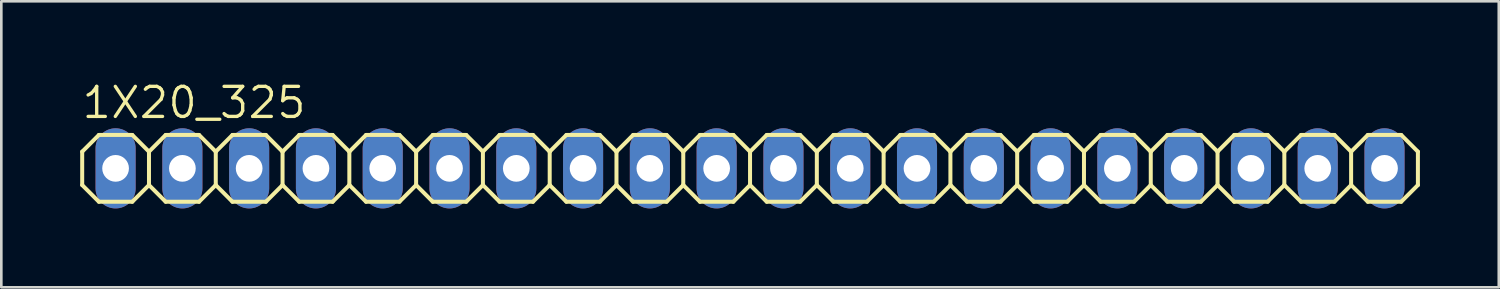
<source format=kicad_pcb>
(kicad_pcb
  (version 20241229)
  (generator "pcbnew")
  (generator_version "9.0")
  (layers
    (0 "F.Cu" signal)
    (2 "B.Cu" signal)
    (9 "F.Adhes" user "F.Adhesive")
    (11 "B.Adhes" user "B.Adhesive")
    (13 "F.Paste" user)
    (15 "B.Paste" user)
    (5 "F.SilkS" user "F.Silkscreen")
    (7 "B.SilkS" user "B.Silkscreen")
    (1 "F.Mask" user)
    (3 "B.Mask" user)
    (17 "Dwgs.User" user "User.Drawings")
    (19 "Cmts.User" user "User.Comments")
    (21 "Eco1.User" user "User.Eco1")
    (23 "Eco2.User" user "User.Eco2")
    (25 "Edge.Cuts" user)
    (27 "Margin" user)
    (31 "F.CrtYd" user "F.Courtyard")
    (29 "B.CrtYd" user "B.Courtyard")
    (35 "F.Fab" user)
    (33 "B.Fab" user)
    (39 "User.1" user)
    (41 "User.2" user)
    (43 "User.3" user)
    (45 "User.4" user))
  (footprint "1X20_325"
    (layer "F.Cu")
    (at 25.476 3.353)
    (property "Reference" "1X20_325" (at -25.476 -1.829 0) (unlocked yes) (layer "F.SilkS") (effects (font (size 1.143 1.143) (thickness 0.127)) (justify left bottom)))
    (fp_line (start -25.4 -0.635) (end -25.4 0.635) (stroke (width 0.152) (type solid)) (layer "F.SilkS"))
    (fp_line (start -25.4 0.635) (end -24.765 1.27) (stroke (width 0.152) (type solid)) (layer "F.SilkS"))
    (fp_line (start -24.765 -1.27) (end -25.4 -0.635) (stroke (width 0.152) (type solid)) (layer "F.SilkS"))
    (fp_line (start -24.765 -1.27) (end -23.495 -1.27) (stroke (width 0.152) (type solid)) (layer "F.SilkS"))
    (fp_line (start -23.495 -1.27) (end -22.86 -0.635) (stroke (width 0.152) (type solid)) (layer "F.SilkS"))
    (fp_line (start -23.495 1.27) (end -24.765 1.27) (stroke (width 0.152) (type solid)) (layer "F.SilkS"))
    (fp_line (start -22.86 -0.635) (end -22.86 0.635) (stroke (width 0.152) (type solid)) (layer "F.SilkS"))
    (fp_line (start -22.86 -0.635) (end -22.225 -1.27) (stroke (width 0.152) (type solid)) (layer "F.SilkS"))
    (fp_line (start -22.86 0.635) (end -23.495 1.27) (stroke (width 0.152) (type solid)) (layer "F.SilkS"))
    (fp_line (start -22.225 -1.27) (end -20.955 -1.27) (stroke (width 0.152) (type solid)) (layer "F.SilkS"))
    (fp_line (start -22.225 1.27) (end -22.86 0.635) (stroke (width 0.152) (type solid)) (layer "F.SilkS"))
    (fp_line (start -20.955 -1.27) (end -20.32 -0.635) (stroke (width 0.152) (type solid)) (layer "F.SilkS"))
    (fp_line (start -20.955 1.27) (end -22.225 1.27) (stroke (width 0.152) (type solid)) (layer "F.SilkS"))
    (fp_line (start -20.32 -0.635) (end -20.32 0.635) (stroke (width 0.152) (type solid)) (layer "F.SilkS"))
    (fp_line (start -20.32 -0.635) (end -19.685 -1.27) (stroke (width 0.152) (type solid)) (layer "F.SilkS"))
    (fp_line (start -20.32 0.635) (end -20.955 1.27) (stroke (width 0.152) (type solid)) (layer "F.SilkS"))
    (fp_line (start -19.685 -1.27) (end -18.415 -1.27) (stroke (width 0.152) (type solid)) (layer "F.SilkS"))
    (fp_line (start -19.685 1.27) (end -20.32 0.635) (stroke (width 0.152) (type solid)) (layer "F.SilkS"))
    (fp_line (start -18.415 -1.27) (end -17.78 -0.635) (stroke (width 0.152) (type solid)) (layer "F.SilkS"))
    (fp_line (start -18.415 1.27) (end -19.685 1.27) (stroke (width 0.152) (type solid)) (layer "F.SilkS"))
    (fp_line (start -17.78 -0.635) (end -17.78 0.635) (stroke (width 0.152) (type solid)) (layer "F.SilkS"))
    (fp_line (start -17.78 0.635) (end -18.415 1.27) (stroke (width 0.152) (type solid)) (layer "F.SilkS"))
    (fp_line (start -17.78 0.635) (end -17.145 1.27) (stroke (width 0.152) (type solid)) (layer "F.SilkS"))
    (fp_line (start -17.145 -1.27) (end -17.78 -0.635) (stroke (width 0.152) (type solid)) (layer "F.SilkS"))
    (fp_line (start -17.145 -1.27) (end -15.875 -1.27) (stroke (width 0.152) (type solid)) (layer "F.SilkS"))
    (fp_line (start -15.875 -1.27) (end -15.24 -0.635) (stroke (width 0.152) (type solid)) (layer "F.SilkS"))
    (fp_line (start -15.875 1.27) (end -17.145 1.27) (stroke (width 0.152) (type solid)) (layer "F.SilkS"))
    (fp_line (start -15.24 -0.635) (end -15.24 0.635) (stroke (width 0.152) (type solid)) (layer "F.SilkS"))
    (fp_line (start -15.24 -0.635) (end -14.605 -1.27) (stroke (width 0.152) (type solid)) (layer "F.SilkS"))
    (fp_line (start -15.24 0.635) (end -15.875 1.27) (stroke (width 0.152) (type solid)) (layer "F.SilkS"))
    (fp_line (start -14.605 -1.27) (end -13.335 -1.27) (stroke (width 0.152) (type solid)) (layer "F.SilkS"))
    (fp_line (start -14.605 1.27) (end -15.24 0.635) (stroke (width 0.152) (type solid)) (layer "F.SilkS"))
    (fp_line (start -13.335 -1.27) (end -12.7 -0.635) (stroke (width 0.152) (type solid)) (layer "F.SilkS"))
    (fp_line (start -13.335 1.27) (end -14.605 1.27) (stroke (width 0.152) (type solid)) (layer "F.SilkS"))
    (fp_line (start -12.7 -0.635) (end -12.7 0.635) (stroke (width 0.152) (type solid)) (layer "F.SilkS"))
    (fp_line (start -12.7 -0.635) (end -12.065 -1.27) (stroke (width 0.152) (type solid)) (layer "F.SilkS"))
    (fp_line (start -12.7 0.635) (end -13.335 1.27) (stroke (width 0.152) (type solid)) (layer "F.SilkS"))
    (fp_line (start -12.065 -1.27) (end -10.795 -1.27) (stroke (width 0.152) (type solid)) (layer "F.SilkS"))
    (fp_line (start -12.065 1.27) (end -12.7 0.635) (stroke (width 0.152) (type solid)) (layer "F.SilkS"))
    (fp_line (start -10.795 -1.27) (end -10.16 -0.635) (stroke (width 0.152) (type solid)) (layer "F.SilkS"))
    (fp_line (start -10.795 1.27) (end -12.065 1.27) (stroke (width 0.152) (type solid)) (layer "F.SilkS"))
    (fp_line (start -10.16 -0.635) (end -10.16 0.635) (stroke (width 0.152) (type solid)) (layer "F.SilkS"))
    (fp_line (start -10.16 0.635) (end -10.795 1.27) (stroke (width 0.152) (type solid)) (layer "F.SilkS"))
    (fp_line (start -10.16 0.635) (end -9.525 1.27) (stroke (width 0.152) (type solid)) (layer "F.SilkS"))
    (fp_line (start -9.525 -1.27) (end -10.16 -0.635) (stroke (width 0.152) (type solid)) (layer "F.SilkS"))
    (fp_line (start -9.525 -1.27) (end -8.255 -1.27) (stroke (width 0.152) (type solid)) (layer "F.SilkS"))
    (fp_line (start -8.255 -1.27) (end -7.62 -0.635) (stroke (width 0.152) (type solid)) (layer "F.SilkS"))
    (fp_line (start -8.255 1.27) (end -9.525 1.27) (stroke (width 0.152) (type solid)) (layer "F.SilkS"))
    (fp_line (start -7.62 -0.635) (end -7.62 0.635) (stroke (width 0.152) (type solid)) (layer "F.SilkS"))
    (fp_line (start -7.62 -0.635) (end -6.985 -1.27) (stroke (width 0.152) (type solid)) (layer "F.SilkS"))
    (fp_line (start -7.62 0.635) (end -8.255 1.27) (stroke (width 0.152) (type solid)) (layer "F.SilkS"))
    (fp_line (start -6.985 -1.27) (end -5.715 -1.27) (stroke (width 0.152) (type solid)) (layer "F.SilkS"))
    (fp_line (start -6.985 1.27) (end -7.62 0.635) (stroke (width 0.152) (type solid)) (layer "F.SilkS"))
    (fp_line (start -5.715 -1.27) (end -5.08 -0.635) (stroke (width 0.152) (type solid)) (layer "F.SilkS"))
    (fp_line (start -5.715 1.27) (end -6.985 1.27) (stroke (width 0.152) (type solid)) (layer "F.SilkS"))
    (fp_line (start -5.08 -0.635) (end -5.08 0.635) (stroke (width 0.152) (type solid)) (layer "F.SilkS"))
    (fp_line (start -5.08 -0.635) (end -4.445 -1.27) (stroke (width 0.152) (type solid)) (layer "F.SilkS"))
    (fp_line (start -5.08 0.635) (end -5.715 1.27) (stroke (width 0.152) (type solid)) (layer "F.SilkS"))
    (fp_line (start -4.445 -1.27) (end -3.175 -1.27) (stroke (width 0.152) (type solid)) (layer "F.SilkS"))
    (fp_line (start -4.445 1.27) (end -5.08 0.635) (stroke (width 0.152) (type solid)) (layer "F.SilkS"))
    (fp_line (start -3.175 -1.27) (end -2.54 -0.635) (stroke (width 0.152) (type solid)) (layer "F.SilkS"))
    (fp_line (start -3.175 1.27) (end -4.445 1.27) (stroke (width 0.152) (type solid)) (layer "F.SilkS"))
    (fp_line (start -2.54 -0.635) (end -2.54 0.635) (stroke (width 0.152) (type solid)) (layer "F.SilkS"))
    (fp_line (start -2.54 0.635) (end -3.175 1.27) (stroke (width 0.152) (type solid)) (layer "F.SilkS"))
    (fp_line (start -2.54 0.635) (end -1.905 1.27) (stroke (width 0.152) (type solid)) (layer "F.SilkS"))
    (fp_line (start -1.905 -1.27) (end -2.54 -0.635) (stroke (width 0.152) (type solid)) (layer "F.SilkS"))
    (fp_line (start -1.905 -1.27) (end -0.635 -1.27) (stroke (width 0.152) (type solid)) (layer "F.SilkS"))
    (fp_line (start -0.635 -1.27) (end 0 -0.635) (stroke (width 0.152) (type solid)) (layer "F.SilkS"))
    (fp_line (start -0.635 1.27) (end -1.905 1.27) (stroke (width 0.152) (type solid)) (layer "F.SilkS"))
    (fp_line (start 0 -0.635) (end 0 0.635) (stroke (width 0.152) (type solid)) (layer "F.SilkS"))
    (fp_line (start 0 -0.635) (end 0.635 -1.27) (stroke (width 0.152) (type solid)) (layer "F.SilkS"))
    (fp_line (start 0 0.635) (end -0.635 1.27) (stroke (width 0.152) (type solid)) (layer "F.SilkS"))
    (fp_line (start 0.635 -1.27) (end 1.905 -1.27) (stroke (width 0.152) (type solid)) (layer "F.SilkS"))
    (fp_line (start 0.635 1.27) (end 0 0.635) (stroke (width 0.152) (type solid)) (layer "F.SilkS"))
    (fp_line (start 1.905 -1.27) (end 2.54 -0.635) (stroke (width 0.152) (type solid)) (layer "F.SilkS"))
    (fp_line (start 1.905 1.27) (end 0.635 1.27) (stroke (width 0.152) (type solid)) (layer "F.SilkS"))
    (fp_line (start 2.54 -0.635) (end 2.54 0.635) (stroke (width 0.152) (type solid)) (layer "F.SilkS"))
    (fp_line (start 2.54 -0.635) (end 3.175 -1.27) (stroke (width 0.152) (type solid)) (layer "F.SilkS"))
    (fp_line (start 2.54 0.635) (end 1.905 1.27) (stroke (width 0.152) (type solid)) (layer "F.SilkS"))
    (fp_line (start 3.175 -1.27) (end 4.445 -1.27) (stroke (width 0.152) (type solid)) (layer "F.SilkS"))
    (fp_line (start 3.175 1.27) (end 2.54 0.635) (stroke (width 0.152) (type solid)) (layer "F.SilkS"))
    (fp_line (start 4.445 -1.27) (end 5.08 -0.635) (stroke (width 0.152) (type solid)) (layer "F.SilkS"))
    (fp_line (start 4.445 1.27) (end 3.175 1.27) (stroke (width 0.152) (type solid)) (layer "F.SilkS"))
    (fp_line (start 5.08 -0.635) (end 5.08 0.635) (stroke (width 0.152) (type solid)) (layer "F.SilkS"))
    (fp_line (start 5.08 0.635) (end 4.445 1.27) (stroke (width 0.152) (type solid)) (layer "F.SilkS"))
    (fp_line (start 5.08 0.635) (end 5.715 1.27) (stroke (width 0.152) (type solid)) (layer "F.SilkS"))
    (fp_line (start 5.715 -1.27) (end 5.08 -0.635) (stroke (width 0.152) (type solid)) (layer "F.SilkS"))
    (fp_line (start 5.715 -1.27) (end 6.985 -1.27) (stroke (width 0.152) (type solid)) (layer "F.SilkS"))
    (fp_line (start 6.985 -1.27) (end 7.62 -0.635) (stroke (width 0.152) (type solid)) (layer "F.SilkS"))
    (fp_line (start 6.985 1.27) (end 5.715 1.27) (stroke (width 0.152) (type solid)) (layer "F.SilkS"))
    (fp_line (start 7.62 -0.635) (end 7.62 0.635) (stroke (width 0.152) (type solid)) (layer "F.SilkS"))
    (fp_line (start 7.62 -0.635) (end 8.255 -1.27) (stroke (width 0.152) (type solid)) (layer "F.SilkS"))
    (fp_line (start 7.62 0.635) (end 6.985 1.27) (stroke (width 0.152) (type solid)) (layer "F.SilkS"))
    (fp_line (start 8.255 -1.27) (end 9.525 -1.27) (stroke (width 0.152) (type solid)) (layer "F.SilkS"))
    (fp_line (start 8.255 1.27) (end 7.62 0.635) (stroke (width 0.152) (type solid)) (layer "F.SilkS"))
    (fp_line (start 9.525 -1.27) (end 10.16 -0.635) (stroke (width 0.152) (type solid)) (layer "F.SilkS"))
    (fp_line (start 9.525 1.27) (end 8.255 1.27) (stroke (width 0.152) (type solid)) (layer "F.SilkS"))
    (fp_line (start 10.16 -0.635) (end 10.16 0.635) (stroke (width 0.152) (type solid)) (layer "F.SilkS"))
    (fp_line (start 10.16 -0.635) (end 10.795 -1.27) (stroke (width 0.152) (type solid)) (layer "F.SilkS"))
    (fp_line (start 10.16 0.635) (end 9.525 1.27) (stroke (width 0.152) (type solid)) (layer "F.SilkS"))
    (fp_line (start 10.795 -1.27) (end 12.065 -1.27) (stroke (width 0.152) (type solid)) (layer "F.SilkS"))
    (fp_line (start 10.795 1.27) (end 10.16 0.635) (stroke (width 0.152) (type solid)) (layer "F.SilkS"))
    (fp_line (start 12.065 -1.27) (end 12.7 -0.635) (stroke (width 0.152) (type solid)) (layer "F.SilkS"))
    (fp_line (start 12.065 1.27) (end 10.795 1.27) (stroke (width 0.152) (type solid)) (layer "F.SilkS"))
    (fp_line (start 12.7 -0.635) (end 12.7 0.635) (stroke (width 0.152) (type solid)) (layer "F.SilkS"))
    (fp_line (start 12.7 0.635) (end 12.065 1.27) (stroke (width 0.152) (type solid)) (layer "F.SilkS"))
    (fp_line (start 12.7 0.635) (end 13.335 1.27) (stroke (width 0.152) (type solid)) (layer "F.SilkS"))
    (fp_line (start 13.335 -1.27) (end 12.7 -0.635) (stroke (width 0.152) (type solid)) (layer "F.SilkS"))
    (fp_line (start 13.335 -1.27) (end 14.605 -1.27) (stroke (width 0.152) (type solid)) (layer "F.SilkS"))
    (fp_line (start 14.605 -1.27) (end 15.24 -0.635) (stroke (width 0.152) (type solid)) (layer "F.SilkS"))
    (fp_line (start 14.605 1.27) (end 13.335 1.27) (stroke (width 0.152) (type solid)) (layer "F.SilkS"))
    (fp_line (start 15.24 -0.635) (end 15.24 0.635) (stroke (width 0.152) (type solid)) (layer "F.SilkS"))
    (fp_line (start 15.24 -0.635) (end 15.875 -1.27) (stroke (width 0.152) (type solid)) (layer "F.SilkS"))
    (fp_line (start 15.24 0.635) (end 14.605 1.27) (stroke (width 0.152) (type solid)) (layer "F.SilkS"))
    (fp_line (start 15.875 -1.27) (end 17.145 -1.27) (stroke (width 0.152) (type solid)) (layer "F.SilkS"))
    (fp_line (start 15.875 1.27) (end 15.24 0.635) (stroke (width 0.152) (type solid)) (layer "F.SilkS"))
    (fp_line (start 17.145 -1.27) (end 17.78 -0.635) (stroke (width 0.152) (type solid)) (layer "F.SilkS"))
    (fp_line (start 17.145 1.27) (end 15.875 1.27) (stroke (width 0.152) (type solid)) (layer "F.SilkS"))
    (fp_line (start 17.78 -0.635) (end 17.78 0.635) (stroke (width 0.152) (type solid)) (layer "F.SilkS"))
    (fp_line (start 17.78 -0.635) (end 18.415 -1.27) (stroke (width 0.152) (type solid)) (layer "F.SilkS"))
    (fp_line (start 17.78 0.635) (end 17.145 1.27) (stroke (width 0.152) (type solid)) (layer "F.SilkS"))
    (fp_line (start 18.415 -1.27) (end 19.685 -1.27) (stroke (width 0.152) (type solid)) (layer "F.SilkS"))
    (fp_line (start 18.415 1.27) (end 17.78 0.635) (stroke (width 0.152) (type solid)) (layer "F.SilkS"))
    (fp_line (start 19.685 -1.27) (end 20.32 -0.635) (stroke (width 0.152) (type solid)) (layer "F.SilkS"))
    (fp_line (start 19.685 1.27) (end 18.415 1.27) (stroke (width 0.152) (type solid)) (layer "F.SilkS"))
    (fp_line (start 20.32 -0.635) (end 20.32 0.635) (stroke (width 0.152) (type solid)) (layer "F.SilkS"))
    (fp_line (start 20.32 0.635) (end 19.685 1.27) (stroke (width 0.152) (type solid)) (layer "F.SilkS"))
    (fp_line (start 20.32 0.635) (end 20.955 1.27) (stroke (width 0.152) (type solid)) (layer "F.SilkS"))
    (fp_line (start 20.955 -1.27) (end 20.32 -0.635) (stroke (width 0.152) (type solid)) (layer "F.SilkS"))
    (fp_line (start 20.955 -1.27) (end 22.225 -1.27) (stroke (width 0.152) (type solid)) (layer "F.SilkS"))
    (fp_line (start 22.225 -1.27) (end 22.86 -0.635) (stroke (width 0.152) (type solid)) (layer "F.SilkS"))
    (fp_line (start 22.225 1.27) (end 20.955 1.27) (stroke (width 0.152) (type solid)) (layer "F.SilkS"))
    (fp_line (start 22.86 -0.635) (end 22.86 0.635) (stroke (width 0.152) (type solid)) (layer "F.SilkS"))
    (fp_line (start 22.86 0.635) (end 22.225 1.27) (stroke (width 0.152) (type solid)) (layer "F.SilkS"))
    (fp_line (start 22.86 0.635) (end 23.495 1.27) (stroke (width 0.152) (type solid)) (layer "F.SilkS"))
    (fp_line (start 23.495 -1.27) (end 22.86 -0.635) (stroke (width 0.152) (type solid)) (layer "F.SilkS"))
    (fp_line (start 23.495 -1.27) (end 24.765 -1.27) (stroke (width 0.152) (type solid)) (layer "F.SilkS"))
    (fp_line (start 24.765 -1.27) (end 25.4 -0.635) (stroke (width 0.152) (type solid)) (layer "F.SilkS"))
    (fp_line (start 24.765 1.27) (end 23.495 1.27) (stroke (width 0.152) (type solid)) (layer "F.SilkS"))
    (fp_line (start 25.4 -0.635) (end 25.4 0.635) (stroke (width 0.152) (type solid)) (layer "F.SilkS"))
    (fp_line (start 25.4 0.635) (end 24.765 1.27) (stroke (width 0.152) (type solid)) (layer "F.SilkS"))
    (fp_poly (pts (xy -24.384 0.254) (xy -23.876 0.254) (xy -23.876 -0.254) (xy -24.384 -0.254)) (stroke (width 0.1) (type default)) (fill no) (layer "F.Fab"))
    (fp_poly (pts (xy -21.844 0.254) (xy -21.336 0.254) (xy -21.336 -0.254) (xy -21.844 -0.254)) (stroke (width 0.1) (type default)) (fill no) (layer "F.Fab"))
    (fp_poly (pts (xy -19.304 0.254) (xy -18.796 0.254) (xy -18.796 -0.254) (xy -19.304 -0.254)) (stroke (width 0.1) (type default)) (fill no) (layer "F.Fab"))
    (fp_poly (pts (xy -16.764 0.254) (xy -16.256 0.254) (xy -16.256 -0.254) (xy -16.764 -0.254)) (stroke (width 0.1) (type default)) (fill no) (layer "F.Fab"))
    (fp_poly (pts (xy -14.224 0.254) (xy -13.716 0.254) (xy -13.716 -0.254) (xy -14.224 -0.254)) (stroke (width 0.1) (type default)) (fill no) (layer "F.Fab"))
    (fp_poly (pts (xy -11.684 0.254) (xy -11.176 0.254) (xy -11.176 -0.254) (xy -11.684 -0.254)) (stroke (width 0.1) (type default)) (fill no) (layer "F.Fab"))
    (fp_poly (pts (xy -9.144 0.254) (xy -8.636 0.254) (xy -8.636 -0.254) (xy -9.144 -0.254)) (stroke (width 0.1) (type default)) (fill no) (layer "F.Fab"))
    (fp_poly (pts (xy -6.604 0.254) (xy -6.096 0.254) (xy -6.096 -0.254) (xy -6.604 -0.254)) (stroke (width 0.1) (type default)) (fill no) (layer "F.Fab"))
    (fp_poly (pts (xy -4.064 0.254) (xy -3.556 0.254) (xy -3.556 -0.254) (xy -4.064 -0.254)) (stroke (width 0.1) (type default)) (fill no) (layer "F.Fab"))
    (fp_poly (pts (xy -1.524 0.254) (xy -1.016 0.254) (xy -1.016 -0.254) (xy -1.524 -0.254)) (stroke (width 0.1) (type default)) (fill no) (layer "F.Fab"))
    (fp_poly (pts (xy 1.016 0.254) (xy 1.524 0.254) (xy 1.524 -0.254) (xy 1.016 -0.254)) (stroke (width 0.1) (type default)) (fill no) (layer "F.Fab"))
    (fp_poly (pts (xy 3.556 0.254) (xy 4.064 0.254) (xy 4.064 -0.254) (xy 3.556 -0.254)) (stroke (width 0.1) (type default)) (fill no) (layer "F.Fab"))
    (fp_poly (pts (xy 6.096 0.254) (xy 6.604 0.254) (xy 6.604 -0.254) (xy 6.096 -0.254)) (stroke (width 0.1) (type default)) (fill no) (layer "F.Fab"))
    (fp_poly (pts (xy 8.636 0.254) (xy 9.144 0.254) (xy 9.144 -0.254) (xy 8.636 -0.254)) (stroke (width 0.1) (type default)) (fill no) (layer "F.Fab"))
    (fp_poly (pts (xy 11.176 0.254) (xy 11.684 0.254) (xy 11.684 -0.254) (xy 11.176 -0.254)) (stroke (width 0.1) (type default)) (fill no) (layer "F.Fab"))
    (fp_poly (pts (xy 13.716 0.254) (xy 14.224 0.254) (xy 14.224 -0.254) (xy 13.716 -0.254)) (stroke (width 0.1) (type default)) (fill no) (layer "F.Fab"))
    (fp_poly (pts (xy 16.256 0.254) (xy 16.764 0.254) (xy 16.764 -0.254) (xy 16.256 -0.254)) (stroke (width 0.1) (type default)) (fill no) (layer "F.Fab"))
    (fp_poly (pts (xy 18.796 0.254) (xy 19.304 0.254) (xy 19.304 -0.254) (xy 18.796 -0.254)) (stroke (width 0.1) (type default)) (fill no) (layer "F.Fab"))
    (fp_poly (pts (xy 21.336 0.254) (xy 21.844 0.254) (xy 21.844 -0.254) (xy 21.336 -0.254)) (stroke (width 0.1) (type default)) (fill no) (layer "F.Fab"))
    (fp_poly (pts (xy 23.876 0.254) (xy 24.384 0.254) (xy 24.384 -0.254) (xy 23.876 -0.254)) (stroke (width 0.1) (type default)) (fill no) (layer "F.Fab"))
    (pad "1" thru_hole oval (at -24.13 0 90) (size 3.048 1.524) (drill 1.016) (layers "*.Cu" "*.Mask"))
    (pad "2" thru_hole oval (at -21.59 0 90) (size 3.048 1.524) (drill 1.016) (layers "*.Cu" "*.Mask"))
    (pad "3" thru_hole oval (at -19.05 0 90) (size 3.048 1.524) (drill 1.016) (layers "*.Cu" "*.Mask"))
    (pad "4" thru_hole oval (at -16.51 0 90) (size 3.048 1.524) (drill 1.016) (layers "*.Cu" "*.Mask"))
    (pad "5" thru_hole oval (at -13.97 0 90) (size 3.048 1.524) (drill 1.016) (layers "*.Cu" "*.Mask"))
    (pad "6" thru_hole oval (at -11.43 0 90) (size 3.048 1.524) (drill 1.016) (layers "*.Cu" "*.Mask"))
    (pad "7" thru_hole oval (at -8.89 0 90) (size 3.048 1.524) (drill 1.016) (layers "*.Cu" "*.Mask"))
    (pad "8" thru_hole oval (at -6.35 0 90) (size 3.048 1.524) (drill 1.016) (layers "*.Cu" "*.Mask"))
    (pad "9" thru_hole oval (at -3.81 0 90) (size 3.048 1.524) (drill 1.016) (layers "*.Cu" "*.Mask"))
    (pad "10" thru_hole oval (at -1.27 0 90) (size 3.048 1.524) (drill 1.016) (layers "*.Cu" "*.Mask"))
    (pad "11" thru_hole oval (at 1.27 0 90) (size 3.048 1.524) (drill 1.016) (layers "*.Cu" "*.Mask"))
    (pad "12" thru_hole oval (at 3.81 0 90) (size 3.048 1.524) (drill 1.016) (layers "*.Cu" "*.Mask"))
    (pad "13" thru_hole oval (at 6.35 0 90) (size 3.048 1.524) (drill 1.016) (layers "*.Cu" "*.Mask"))
    (pad "14" thru_hole oval (at 8.89 0 90) (size 3.048 1.524) (drill 1.016) (layers "*.Cu" "*.Mask"))
    (pad "15" thru_hole oval (at 11.43 0 90) (size 3.048 1.524) (drill 1.016) (layers "*.Cu" "*.Mask"))
    (pad "16" thru_hole oval (at 13.97 0 90) (size 3.048 1.524) (drill 1.016) (layers "*.Cu" "*.Mask"))
    (pad "17" thru_hole oval (at 16.51 0 90) (size 3.048 1.524) (drill 1.016) (layers "*.Cu" "*.Mask"))
    (pad "18" thru_hole oval (at 19.05 0 90) (size 3.048 1.524) (drill 1.016) (layers "*.Cu" "*.Mask"))
    (pad "19" thru_hole oval (at 21.59 0 90) (size 3.048 1.524) (drill 1.016) (layers "*.Cu" "*.Mask"))
    (pad "20" thru_hole oval (at 24.13 0 90) (size 3.048 1.524) (drill 1.016) (layers "*.Cu" "*.Mask")))
  (gr_rect
    (start -3 -3)
    (end 53.952 7.877)
    (stroke (width 0.1) (type default))
    (fill no)
    (layer "Edge.Cuts")))
</source>
